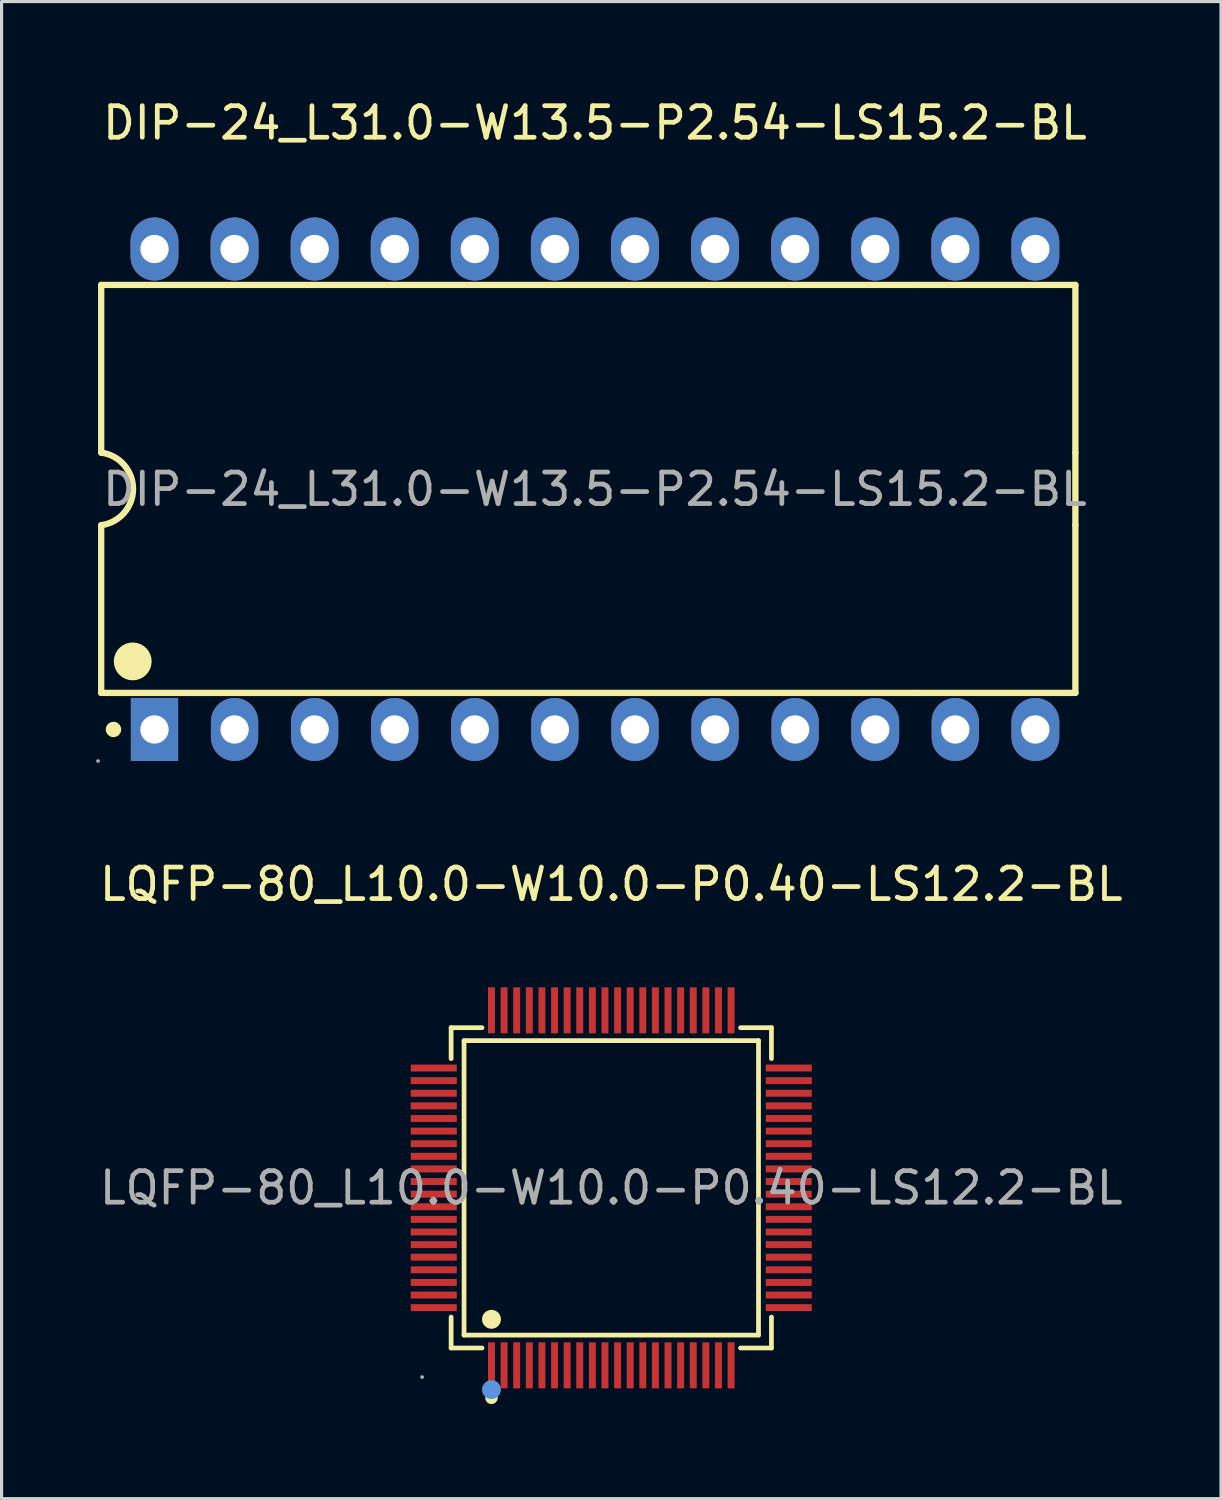
<source format=kicad_pcb>
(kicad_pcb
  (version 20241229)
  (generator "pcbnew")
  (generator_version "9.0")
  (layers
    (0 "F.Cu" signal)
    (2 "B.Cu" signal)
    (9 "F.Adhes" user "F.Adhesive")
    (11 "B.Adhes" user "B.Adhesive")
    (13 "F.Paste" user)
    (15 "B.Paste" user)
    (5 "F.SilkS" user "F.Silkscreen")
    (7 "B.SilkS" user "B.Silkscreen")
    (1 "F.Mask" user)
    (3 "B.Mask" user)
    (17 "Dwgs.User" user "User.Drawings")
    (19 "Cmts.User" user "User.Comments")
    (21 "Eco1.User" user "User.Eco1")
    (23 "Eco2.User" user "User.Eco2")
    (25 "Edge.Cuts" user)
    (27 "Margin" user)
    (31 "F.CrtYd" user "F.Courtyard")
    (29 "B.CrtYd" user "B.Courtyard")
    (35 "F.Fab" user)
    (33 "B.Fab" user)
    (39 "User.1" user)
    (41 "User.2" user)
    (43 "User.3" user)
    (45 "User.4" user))
  (footprint "LQFP-80_L10.0-W10.0-P0.40-LS12.2-BL"
    (layer "F.Cu")
    (at 16.339 34.627)
    (property "Reference" "LQFP-80_L10.0-W10.0-P0.40-LS12.2-BL" (at 0 -9.63 0) (layer "F.SilkS") (effects (font (size 1 1) (thickness 0.15))))
    (attr through_hole)
    (fp_line (start -5.08 -5.08) (end -4.1 -5.08) (stroke (width 0.15) (type solid)) (layer "F.SilkS"))
    (fp_line (start -5.08 -4.1) (end -5.08 -5.08) (stroke (width 0.15) (type solid)) (layer "F.SilkS"))
    (fp_line (start -5.08 4.1) (end -5.08 5.08) (stroke (width 0.15) (type solid)) (layer "F.SilkS"))
    (fp_line (start -5.08 5.08) (end -4.1 5.08) (stroke (width 0.15) (type solid)) (layer "F.SilkS"))
    (fp_line (start -4.67 -4.67) (end 4.67 -4.67) (stroke (width 0.15) (type solid)) (layer "F.SilkS"))
    (fp_line (start -4.67 4.67) (end -4.67 -4.67) (stroke (width 0.15) (type solid)) (layer "F.SilkS"))
    (fp_line (start 4.67 -4.67) (end 4.67 4.67) (stroke (width 0.15) (type solid)) (layer "F.SilkS"))
    (fp_line (start 4.67 4.67) (end -4.67 4.67) (stroke (width 0.15) (type solid)) (layer "F.SilkS"))
    (fp_line (start 5.08 -5.08) (end 4.1 -5.08) (stroke (width 0.15) (type solid)) (layer "F.SilkS"))
    (fp_line (start 5.08 -4.1) (end 5.08 -5.08) (stroke (width 0.15) (type solid)) (layer "F.SilkS"))
    (fp_line (start 5.08 4.1) (end 5.08 5.08) (stroke (width 0.15) (type solid)) (layer "F.SilkS"))
    (fp_line (start 5.08 5.08) (end 4.1 5.08) (stroke (width 0.15) (type solid)) (layer "F.SilkS"))
    (fp_circle (center -3.8 4.17) (end -3.65 4.17) (stroke (width 0.3) (type solid)) (fill no) (layer "F.SilkS"))
    (fp_circle (center -3.8 6.66) (end -3.7 6.66) (stroke (width 0.2) (type solid)) (fill no) (layer "F.SilkS"))
    (fp_circle (center -3.8 6.4) (end -3.65 6.4) (stroke (width 0.3) (type solid)) (fill no) (layer "Cmts.User"))
    (fp_circle (center -6 6) (end -5.97 6) (stroke (width 0.06) (type solid)) (fill no) (layer "F.Fab"))
    (fp_text user "${REFERENCE}" (at 0 0 0) (layer "F.Fab") (effects (font (size 1 1) (thickness 0.15))))
    (pad "1" smd rect (at -3.8 5.63) (size 0.22 1.46) (layers "F.Cu" "F.Mask" "F.Paste"))
    (pad "2" smd rect (at -3.4 5.63) (size 0.22 1.46) (layers "F.Cu" "F.Mask" "F.Paste"))
    (pad "3" smd rect (at -3 5.63) (size 0.22 1.46) (layers "F.Cu" "F.Mask" "F.Paste"))
    (pad "4" smd rect (at -2.6 5.63) (size 0.22 1.46) (layers "F.Cu" "F.Mask" "F.Paste"))
    (pad "5" smd rect (at -2.2 5.63) (size 0.22 1.46) (layers "F.Cu" "F.Mask" "F.Paste"))
    (pad "6" smd rect (at -1.8 5.63) (size 0.22 1.46) (layers "F.Cu" "F.Mask" "F.Paste"))
    (pad "7" smd rect (at -1.4 5.63) (size 0.22 1.46) (layers "F.Cu" "F.Mask" "F.Paste"))
    (pad "8" smd rect (at -1 5.63) (size 0.22 1.46) (layers "F.Cu" "F.Mask" "F.Paste"))
    (pad "9" smd rect (at -0.6 5.63) (size 0.22 1.46) (layers "F.Cu" "F.Mask" "F.Paste"))
    (pad "10" smd rect (at -0.2 5.63) (size 0.22 1.46) (layers "F.Cu" "F.Mask" "F.Paste"))
    (pad "11" smd rect (at 0.2 5.63) (size 0.22 1.46) (layers "F.Cu" "F.Mask" "F.Paste"))
    (pad "12" smd rect (at 0.6 5.63) (size 0.22 1.46) (layers "F.Cu" "F.Mask" "F.Paste"))
    (pad "13" smd rect (at 1 5.63) (size 0.22 1.46) (layers "F.Cu" "F.Mask" "F.Paste"))
    (pad "14" smd rect (at 1.4 5.63) (size 0.22 1.46) (layers "F.Cu" "F.Mask" "F.Paste"))
    (pad "15" smd rect (at 1.8 5.63) (size 0.22 1.46) (layers "F.Cu" "F.Mask" "F.Paste"))
    (pad "16" smd rect (at 2.2 5.63) (size 0.22 1.46) (layers "F.Cu" "F.Mask" "F.Paste"))
    (pad "17" smd rect (at 2.6 5.63) (size 0.22 1.46) (layers "F.Cu" "F.Mask" "F.Paste"))
    (pad "18" smd rect (at 3 5.63) (size 0.22 1.46) (layers "F.Cu" "F.Mask" "F.Paste"))
    (pad "19" smd rect (at 3.4 5.63) (size 0.22 1.46) (layers "F.Cu" "F.Mask" "F.Paste"))
    (pad "20" smd rect (at 3.8 5.63) (size 0.22 1.46) (layers "F.Cu" "F.Mask" "F.Paste"))
    (pad "21" smd rect (at 5.63 3.8) (size 1.46 0.22) (layers "F.Cu" "F.Mask" "F.Paste"))
    (pad "22" smd rect (at 5.63 3.4) (size 1.46 0.22) (layers "F.Cu" "F.Mask" "F.Paste"))
    (pad "23" smd rect (at 5.63 3) (size 1.46 0.22) (layers "F.Cu" "F.Mask" "F.Paste"))
    (pad "24" smd rect (at 5.63 2.6) (size 1.46 0.22) (layers "F.Cu" "F.Mask" "F.Paste"))
    (pad "25" smd rect (at 5.63 2.2) (size 1.46 0.22) (layers "F.Cu" "F.Mask" "F.Paste"))
    (pad "26" smd rect (at 5.63 1.8) (size 1.46 0.22) (layers "F.Cu" "F.Mask" "F.Paste"))
    (pad "27" smd rect (at 5.63 1.4) (size 1.46 0.22) (layers "F.Cu" "F.Mask" "F.Paste"))
    (pad "28" smd rect (at 5.63 1) (size 1.46 0.22) (layers "F.Cu" "F.Mask" "F.Paste"))
    (pad "29" smd rect (at 5.63 0.6) (size 1.46 0.22) (layers "F.Cu" "F.Mask" "F.Paste"))
    (pad "30" smd rect (at 5.63 0.2) (size 1.46 0.22) (layers "F.Cu" "F.Mask" "F.Paste"))
    (pad "31" smd rect (at 5.63 -0.2) (size 1.46 0.22) (layers "F.Cu" "F.Mask" "F.Paste"))
    (pad "32" smd rect (at 5.63 -0.6) (size 1.46 0.22) (layers "F.Cu" "F.Mask" "F.Paste"))
    (pad "33" smd rect (at 5.63 -1) (size 1.46 0.22) (layers "F.Cu" "F.Mask" "F.Paste"))
    (pad "34" smd rect (at 5.63 -1.4) (size 1.46 0.22) (layers "F.Cu" "F.Mask" "F.Paste"))
    (pad "35" smd rect (at 5.63 -1.8) (size 1.46 0.22) (layers "F.Cu" "F.Mask" "F.Paste"))
    (pad "36" smd rect (at 5.63 -2.2) (size 1.46 0.22) (layers "F.Cu" "F.Mask" "F.Paste"))
    (pad "37" smd rect (at 5.63 -2.6) (size 1.46 0.22) (layers "F.Cu" "F.Mask" "F.Paste"))
    (pad "38" smd rect (at 5.63 -3) (size 1.46 0.22) (layers "F.Cu" "F.Mask" "F.Paste"))
    (pad "39" smd rect (at 5.63 -3.4) (size 1.46 0.22) (layers "F.Cu" "F.Mask" "F.Paste"))
    (pad "40" smd rect (at 5.63 -3.8) (size 1.46 0.22) (layers "F.Cu" "F.Mask" "F.Paste"))
    (pad "41" smd rect (at 3.8 -5.63) (size 0.22 1.46) (layers "F.Cu" "F.Mask" "F.Paste"))
    (pad "42" smd rect (at 3.4 -5.63) (size 0.22 1.46) (layers "F.Cu" "F.Mask" "F.Paste"))
    (pad "43" smd rect (at 3 -5.63) (size 0.22 1.46) (layers "F.Cu" "F.Mask" "F.Paste"))
    (pad "44" smd rect (at 2.6 -5.63) (size 0.22 1.46) (layers "F.Cu" "F.Mask" "F.Paste"))
    (pad "45" smd rect (at 2.2 -5.63) (size 0.22 1.46) (layers "F.Cu" "F.Mask" "F.Paste"))
    (pad "46" smd rect (at 1.8 -5.63) (size 0.22 1.46) (layers "F.Cu" "F.Mask" "F.Paste"))
    (pad "47" smd rect (at 1.4 -5.63) (size 0.22 1.46) (layers "F.Cu" "F.Mask" "F.Paste"))
    (pad "48" smd rect (at 1 -5.63) (size 0.22 1.46) (layers "F.Cu" "F.Mask" "F.Paste"))
    (pad "49" smd rect (at 0.6 -5.63) (size 0.22 1.46) (layers "F.Cu" "F.Mask" "F.Paste"))
    (pad "50" smd rect (at 0.2 -5.63) (size 0.22 1.46) (layers "F.Cu" "F.Mask" "F.Paste"))
    (pad "51" smd rect (at -0.2 -5.63) (size 0.22 1.46) (layers "F.Cu" "F.Mask" "F.Paste"))
    (pad "52" smd rect (at -0.6 -5.63) (size 0.22 1.46) (layers "F.Cu" "F.Mask" "F.Paste"))
    (pad "53" smd rect (at -1 -5.63) (size 0.22 1.46) (layers "F.Cu" "F.Mask" "F.Paste"))
    (pad "54" smd rect (at -1.4 -5.63) (size 0.22 1.46) (layers "F.Cu" "F.Mask" "F.Paste"))
    (pad "55" smd rect (at -1.8 -5.63) (size 0.22 1.46) (layers "F.Cu" "F.Mask" "F.Paste"))
    (pad "56" smd rect (at -2.2 -5.63) (size 0.22 1.46) (layers "F.Cu" "F.Mask" "F.Paste"))
    (pad "57" smd rect (at -2.6 -5.63) (size 0.22 1.46) (layers "F.Cu" "F.Mask" "F.Paste"))
    (pad "58" smd rect (at -3 -5.63) (size 0.22 1.46) (layers "F.Cu" "F.Mask" "F.Paste"))
    (pad "59" smd rect (at -3.4 -5.63) (size 0.22 1.46) (layers "F.Cu" "F.Mask" "F.Paste"))
    (pad "60" smd rect (at -3.8 -5.63) (size 0.22 1.46) (layers "F.Cu" "F.Mask" "F.Paste"))
    (pad "61" smd rect (at -5.63 -3.8) (size 1.46 0.22) (layers "F.Cu" "F.Mask" "F.Paste"))
    (pad "62" smd rect (at -5.63 -3.4) (size 1.46 0.22) (layers "F.Cu" "F.Mask" "F.Paste"))
    (pad "63" smd rect (at -5.63 -3) (size 1.46 0.22) (layers "F.Cu" "F.Mask" "F.Paste"))
    (pad "64" smd rect (at -5.63 -2.6) (size 1.46 0.22) (layers "F.Cu" "F.Mask" "F.Paste"))
    (pad "65" smd rect (at -5.63 -2.2) (size 1.46 0.22) (layers "F.Cu" "F.Mask" "F.Paste"))
    (pad "66" smd rect (at -5.63 -1.8) (size 1.46 0.22) (layers "F.Cu" "F.Mask" "F.Paste"))
    (pad "67" smd rect (at -5.63 -1.4) (size 1.46 0.22) (layers "F.Cu" "F.Mask" "F.Paste"))
    (pad "68" smd rect (at -5.63 -1) (size 1.46 0.22) (layers "F.Cu" "F.Mask" "F.Paste"))
    (pad "69" smd rect (at -5.63 -0.6) (size 1.46 0.22) (layers "F.Cu" "F.Mask" "F.Paste"))
    (pad "70" smd rect (at -5.63 -0.2) (size 1.46 0.22) (layers "F.Cu" "F.Mask" "F.Paste"))
    (pad "71" smd rect (at -5.63 0.2) (size 1.46 0.22) (layers "F.Cu" "F.Mask" "F.Paste"))
    (pad "72" smd rect (at -5.63 0.6) (size 1.46 0.22) (layers "F.Cu" "F.Mask" "F.Paste"))
    (pad "73" smd rect (at -5.63 1) (size 1.46 0.22) (layers "F.Cu" "F.Mask" "F.Paste"))
    (pad "74" smd rect (at -5.63 1.4) (size 1.46 0.22) (layers "F.Cu" "F.Mask" "F.Paste"))
    (pad "75" smd rect (at -5.63 1.8) (size 1.46 0.22) (layers "F.Cu" "F.Mask" "F.Paste"))
    (pad "76" smd rect (at -5.63 2.2) (size 1.46 0.22) (layers "F.Cu" "F.Mask" "F.Paste"))
    (pad "77" smd rect (at -5.63 2.6) (size 1.46 0.22) (layers "F.Cu" "F.Mask" "F.Paste"))
    (pad "78" smd rect (at -5.63 3) (size 1.46 0.22) (layers "F.Cu" "F.Mask" "F.Paste"))
    (pad "79" smd rect (at -5.63 3.4) (size 1.46 0.22) (layers "F.Cu" "F.Mask" "F.Paste"))
    (pad "80" smd rect (at -5.63 3.8) (size 1.46 0.22) (layers "F.Cu" "F.Mask" "F.Paste")))
  (footprint "DIP-24_L31.0-W13.5-P2.54-LS15.2-BL"
    (layer "F.Cu")
    (at 15.82 12.468)
    (property "Reference" "DIP-24_L31.0-W13.5-P2.54-LS15.2-BL" (at 0 -11.62 0) (layer "F.SilkS") (effects (font (size 1 1) (thickness 0.15))))
    (attr through_hole)
    (fp_line (start -15.66 -6.48) (end 10.16 -6.48) (stroke (width 0.2) (type solid)) (layer "F.SilkS"))
    (fp_line (start -15.66 -1.16) (end -15.66 -6.48) (stroke (width 0.2) (type solid)) (layer "F.SilkS"))
    (fp_line (start -15.66 6.46) (end -15.66 1.14) (stroke (width 0.2) (type solid)) (layer "F.SilkS"))
    (fp_line (start 10.16 -6.48) (end 15.24 -6.48) (stroke (width 0.2) (type solid)) (layer "F.SilkS"))
    (fp_line (start 10.16 6.46) (end -15.66 6.46) (stroke (width 0.2) (type solid)) (layer "F.SilkS"))
    (fp_line (start 15.24 -6.48) (end 15.24 -1.16) (stroke (width 0.2) (type solid)) (layer "F.SilkS"))
    (fp_line (start 15.24 -1.16) (end 15.24 1.14) (stroke (width 0.2) (type solid)) (layer "F.SilkS"))
    (fp_line (start 15.24 1.14) (end 15.24 6.46) (stroke (width 0.2) (type solid)) (layer "F.SilkS"))
    (fp_line (start 15.24 6.46) (end 10.16 6.46) (stroke (width 0.2) (type solid)) (layer "F.SilkS"))
    (fp_arc (start -15.66 -1.16) (mid -14.65026 -0.011996) (end -15.656043 1.139477) (stroke (width 0.2) (type solid)) (layer "F.SilkS"))
    (fp_arc (start -15.39 7.61) (mid -15.149687 7.624987) (end -15.390416 7.620034) (stroke (width 0.25) (type solid)) (layer "F.SilkS"))
    (fp_arc (start -14.96 5.45) (mid -14.359875 5.464999) (end -14.960167 5.460004) (stroke (width 0.6) (type solid)) (layer "F.SilkS"))
    (fp_circle (center -15.76 8.62) (end -15.73 8.62) (stroke (width 0.06) (type solid)) (fill no) (layer "F.Fab"))
    (fp_circle (center -13.97 -7.62) (end -13.79 -7.62) (stroke (width 0.35) (type solid)) (fill no) (layer "F.Fab"))
    (fp_circle (center -13.97 7.62) (end -13.79 7.62) (stroke (width 0.35) (type solid)) (fill no) (layer "F.Fab"))
    (fp_circle (center -11.43 -7.62) (end -11.25 -7.62) (stroke (width 0.35) (type solid)) (fill no) (layer "F.Fab"))
    (fp_circle (center -11.43 7.62) (end -11.25 7.62) (stroke (width 0.35) (type solid)) (fill no) (layer "F.Fab"))
    (fp_circle (center -8.89 -7.62) (end -8.71 -7.62) (stroke (width 0.35) (type solid)) (fill no) (layer "F.Fab"))
    (fp_circle (center -8.89 7.62) (end -8.71 7.62) (stroke (width 0.35) (type solid)) (fill no) (layer "F.Fab"))
    (fp_circle (center -6.35 -7.62) (end -6.17 -7.62) (stroke (width 0.35) (type solid)) (fill no) (layer "F.Fab"))
    (fp_circle (center -6.35 7.62) (end -6.17 7.62) (stroke (width 0.35) (type solid)) (fill no) (layer "F.Fab"))
    (fp_circle (center -3.81 -7.62) (end -3.63 -7.62) (stroke (width 0.35) (type solid)) (fill no) (layer "F.Fab"))
    (fp_circle (center -3.81 7.62) (end -3.63 7.62) (stroke (width 0.35) (type solid)) (fill no) (layer "F.Fab"))
    (fp_circle (center -1.27 -7.62) (end -1.09 -7.62) (stroke (width 0.35) (type solid)) (fill no) (layer "F.Fab"))
    (fp_circle (center -1.27 7.62) (end -1.09 7.62) (stroke (width 0.35) (type solid)) (fill no) (layer "F.Fab"))
    (fp_circle (center 1.27 -7.62) (end 1.45 -7.62) (stroke (width 0.35) (type solid)) (fill no) (layer "F.Fab"))
    (fp_circle (center 1.27 7.62) (end 1.45 7.62) (stroke (width 0.35) (type solid)) (fill no) (layer "F.Fab"))
    (fp_circle (center 3.81 -7.62) (end 3.99 -7.62) (stroke (width 0.35) (type solid)) (fill no) (layer "F.Fab"))
    (fp_circle (center 3.81 7.62) (end 3.99 7.62) (stroke (width 0.35) (type solid)) (fill no) (layer "F.Fab"))
    (fp_circle (center 6.35 -7.62) (end 6.53 -7.62) (stroke (width 0.35) (type solid)) (fill no) (layer "F.Fab"))
    (fp_circle (center 6.35 7.62) (end 6.53 7.62) (stroke (width 0.35) (type solid)) (fill no) (layer "F.Fab"))
    (fp_circle (center 8.89 -7.62) (end 9.07 -7.62) (stroke (width 0.35) (type solid)) (fill no) (layer "F.Fab"))
    (fp_circle (center 8.89 7.62) (end 9.07 7.62) (stroke (width 0.35) (type solid)) (fill no) (layer "F.Fab"))
    (fp_circle (center 11.43 -7.62) (end 11.61 -7.62) (stroke (width 0.35) (type solid)) (fill no) (layer "F.Fab"))
    (fp_circle (center 11.43 7.62) (end 11.61 7.62) (stroke (width 0.35) (type solid)) (fill no) (layer "F.Fab"))
    (fp_circle (center 13.97 -7.62) (end 14.15 -7.62) (stroke (width 0.35) (type solid)) (fill no) (layer "F.Fab"))
    (fp_circle (center 13.97 7.62) (end 14.15 7.62) (stroke (width 0.35) (type solid)) (fill no) (layer "F.Fab"))
    (fp_text user "${REFERENCE}" (at 0 0 0) (layer "F.Fab") (effects (font (size 1 1) (thickness 0.15))))
    (pad "1" thru_hole rect (at -13.97 7.62 90) (size 2 1.5) (drill 0.9) (layers "*.Cu" "*.Paste" "*.Mask"))
    (pad "2" thru_hole oval (at -11.43 7.62 90) (size 2 1.5) (drill 0.9) (layers "*.Cu" "*.Paste" "*.Mask"))
    (pad "3" thru_hole oval (at -8.89 7.62 90) (size 2 1.5) (drill 0.9) (layers "*.Cu" "*.Paste" "*.Mask"))
    (pad "4" thru_hole oval (at -6.35 7.62 90) (size 2 1.5) (drill 0.9) (layers "*.Cu" "*.Paste" "*.Mask"))
    (pad "5" thru_hole oval (at -3.81 7.62 90) (size 2 1.5) (drill 0.9) (layers "*.Cu" "*.Paste" "*.Mask"))
    (pad "6" thru_hole oval (at -1.27 7.62 90) (size 2 1.5) (drill 0.9) (layers "*.Cu" "*.Paste" "*.Mask"))
    (pad "7" thru_hole oval (at 1.27 7.62 90) (size 2 1.5) (drill 0.9) (layers "*.Cu" "*.Paste" "*.Mask"))
    (pad "8" thru_hole oval (at 3.81 7.62 90) (size 2 1.5) (drill 0.9) (layers "*.Cu" "*.Paste" "*.Mask"))
    (pad "9" thru_hole oval (at 6.35 7.62 90) (size 2 1.5) (drill 0.9) (layers "*.Cu" "*.Paste" "*.Mask"))
    (pad "10" thru_hole oval (at 8.89 7.62 90) (size 2 1.52) (drill 0.9) (layers "*.Cu" "*.Paste" "*.Mask"))
    (pad "11" thru_hole oval (at 11.43 7.62 90) (size 2 1.5) (drill 0.9) (layers "*.Cu" "*.Paste" "*.Mask"))
    (pad "12" thru_hole oval (at 13.97 7.62 90) (size 2 1.52) (drill 0.9) (layers "*.Cu" "*.Paste" "*.Mask"))
    (pad "13" thru_hole oval (at 13.97 -7.62 90) (size 2 1.52) (drill 0.9) (layers "*.Cu" "*.Paste" "*.Mask"))
    (pad "14" thru_hole oval (at 11.43 -7.62 90) (size 2 1.52) (drill 0.9) (layers "*.Cu" "*.Paste" "*.Mask"))
    (pad "15" thru_hole oval (at 8.89 -7.62 90) (size 2 1.52) (drill 0.9) (layers "*.Cu" "*.Paste" "*.Mask"))
    (pad "16" thru_hole oval (at 6.35 -7.62 90) (size 2 1.52) (drill 0.9) (layers "*.Cu" "*.Paste" "*.Mask"))
    (pad "17" thru_hole oval (at 3.81 -7.62 90) (size 2 1.52) (drill 0.9) (layers "*.Cu" "*.Paste" "*.Mask"))
    (pad "18" thru_hole oval (at 1.27 -7.62 90) (size 2 1.52) (drill 0.9) (layers "*.Cu" "*.Paste" "*.Mask"))
    (pad "19" thru_hole oval (at -1.27 -7.62 90) (size 2 1.52) (drill 0.9) (layers "*.Cu" "*.Paste" "*.Mask"))
    (pad "20" thru_hole oval (at -3.81 -7.62 90) (size 2 1.52) (drill 0.9) (layers "*.Cu" "*.Paste" "*.Mask"))
    (pad "21" thru_hole oval (at -6.35 -7.62 90) (size 2 1.52) (drill 0.9) (layers "*.Cu" "*.Paste" "*.Mask"))
    (pad "22" thru_hole oval (at -8.89 -7.62 90) (size 2 1.52) (drill 0.9) (layers "*.Cu" "*.Paste" "*.Mask"))
    (pad "23" thru_hole oval (at -11.43 -7.62 90) (size 2 1.52) (drill 0.9) (layers "*.Cu" "*.Paste" "*.Mask"))
    (pad "24" thru_hole oval (at -13.97 -7.62 90) (size 2 1.52) (drill 0.9) (layers "*.Cu" "*.Paste" "*.Mask")))
  (gr_rect
    (start -3 -3)
    (end 35.679 44.486)
    (stroke (width 0.1) (type default))
    (fill no)
    (layer "Edge.Cuts")))
</source>
